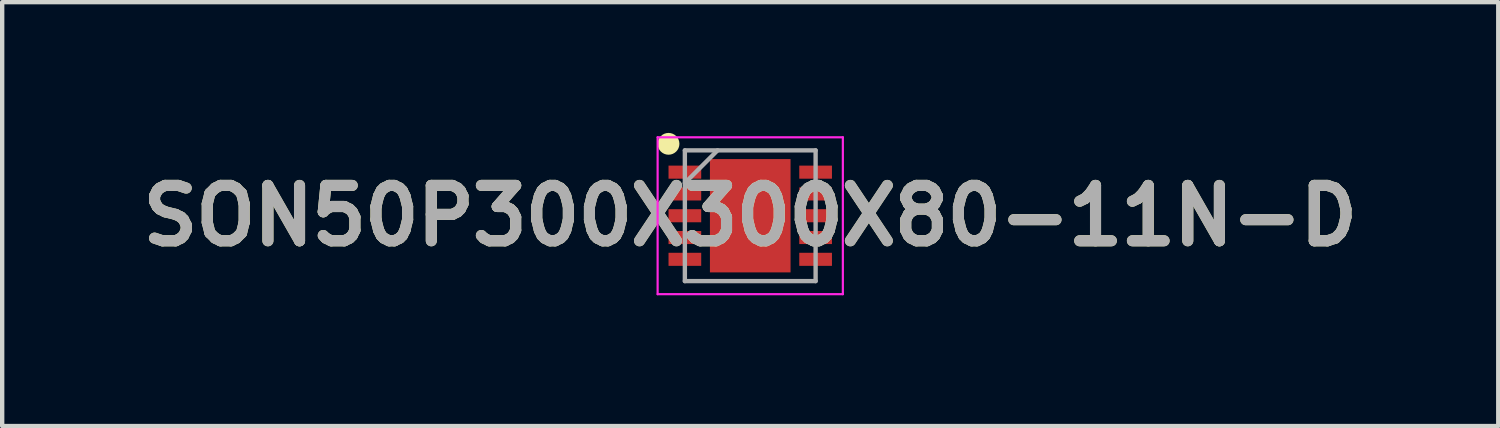
<source format=kicad_pcb>
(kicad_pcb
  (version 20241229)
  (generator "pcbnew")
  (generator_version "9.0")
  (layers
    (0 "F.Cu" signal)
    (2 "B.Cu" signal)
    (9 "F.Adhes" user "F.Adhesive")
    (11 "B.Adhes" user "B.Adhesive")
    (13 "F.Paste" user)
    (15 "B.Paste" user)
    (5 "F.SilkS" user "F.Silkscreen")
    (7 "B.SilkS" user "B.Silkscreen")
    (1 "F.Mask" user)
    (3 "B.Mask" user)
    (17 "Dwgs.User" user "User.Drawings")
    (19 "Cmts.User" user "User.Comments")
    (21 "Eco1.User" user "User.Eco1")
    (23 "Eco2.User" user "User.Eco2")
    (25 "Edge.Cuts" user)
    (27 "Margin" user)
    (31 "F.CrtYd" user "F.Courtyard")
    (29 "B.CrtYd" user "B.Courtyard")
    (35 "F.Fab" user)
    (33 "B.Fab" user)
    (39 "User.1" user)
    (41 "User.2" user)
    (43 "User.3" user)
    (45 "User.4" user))
  (footprint "SON50P300X300X80-11N-D"
    (layer "F.Cu")
    (at 14.164 1.9)
    (property "Reference" "SON50P300X300X80-11N-D" (at 0 0 0) (layer "F.SilkS") (effects (font (size 1.27 1.27) (thickness 0.254))))
    (attr smd)
    (fp_circle (center -1.875 -1.65) (end -1.875 -1.525) (stroke (width 0.25) (type solid)) (fill no) (layer "F.SilkS"))
    (fp_line (start -2.125 -1.8) (end 2.125 -1.8) (stroke (width 0.05) (type solid)) (layer "F.CrtYd"))
    (fp_line (start -2.125 1.8) (end -2.125 -1.8) (stroke (width 0.05) (type solid)) (layer "F.CrtYd"))
    (fp_line (start 2.125 -1.8) (end 2.125 1.8) (stroke (width 0.05) (type solid)) (layer "F.CrtYd"))
    (fp_line (start 2.125 1.8) (end -2.125 1.8) (stroke (width 0.05) (type solid)) (layer "F.CrtYd"))
    (fp_line (start -1.5 -1.5) (end 1.5 -1.5) (stroke (width 0.1) (type solid)) (layer "F.Fab"))
    (fp_line (start -1.5 -0.75) (end -0.75 -1.5) (stroke (width 0.1) (type solid)) (layer "F.Fab"))
    (fp_line (start -1.5 1.5) (end -1.5 -1.5) (stroke (width 0.1) (type solid)) (layer "F.Fab"))
    (fp_line (start 1.5 -1.5) (end 1.5 1.5) (stroke (width 0.1) (type solid)) (layer "F.Fab"))
    (fp_line (start 1.5 1.5) (end -1.5 1.5) (stroke (width 0.1) (type solid)) (layer "F.Fab"))
    (fp_text user "${REFERENCE}" (at 0 0 0) (layer "F.Fab") (effects (font (size 1.27 1.27) (thickness 0.254))))
    (pad "1" smd rect (at -1.5 -1 90) (size 0.3 0.75) (layers "F.Cu" "F.Mask" "F.Paste"))
    (pad "2" smd rect (at -1.5 -0.5 90) (size 0.3 0.75) (layers "F.Cu" "F.Mask" "F.Paste"))
    (pad "3" smd rect (at -1.5 0 90) (size 0.3 0.75) (layers "F.Cu" "F.Mask" "F.Paste"))
    (pad "4" smd rect (at -1.5 0.5 90) (size 0.3 0.75) (layers "F.Cu" "F.Mask" "F.Paste"))
    (pad "5" smd rect (at -1.5 1 90) (size 0.3 0.75) (layers "F.Cu" "F.Mask" "F.Paste"))
    (pad "6" smd rect (at 1.5 1 90) (size 0.3 0.75) (layers "F.Cu" "F.Mask" "F.Paste"))
    (pad "7" smd rect (at 1.5 0.5 90) (size 0.3 0.75) (layers "F.Cu" "F.Mask" "F.Paste"))
    (pad "8" smd rect (at 1.5 0 90) (size 0.3 0.75) (layers "F.Cu" "F.Mask" "F.Paste"))
    (pad "9" smd rect (at 1.5 -0.5 90) (size 0.3 0.75) (layers "F.Cu" "F.Mask" "F.Paste"))
    (pad "10" smd rect (at 1.5 -1 90) (size 0.3 0.75) (layers "F.Cu" "F.Mask" "F.Paste"))
    (pad "11" smd rect (at 0 0) (size 1.85 2.6) (layers "F.Cu" "F.Mask" "F.Paste")))
  (gr_rect
    (start -3 -3)
    (end 31.327 6.725)
    (stroke (width 0.1) (type default))
    (fill no)
    (layer "Edge.Cuts")))
</source>
